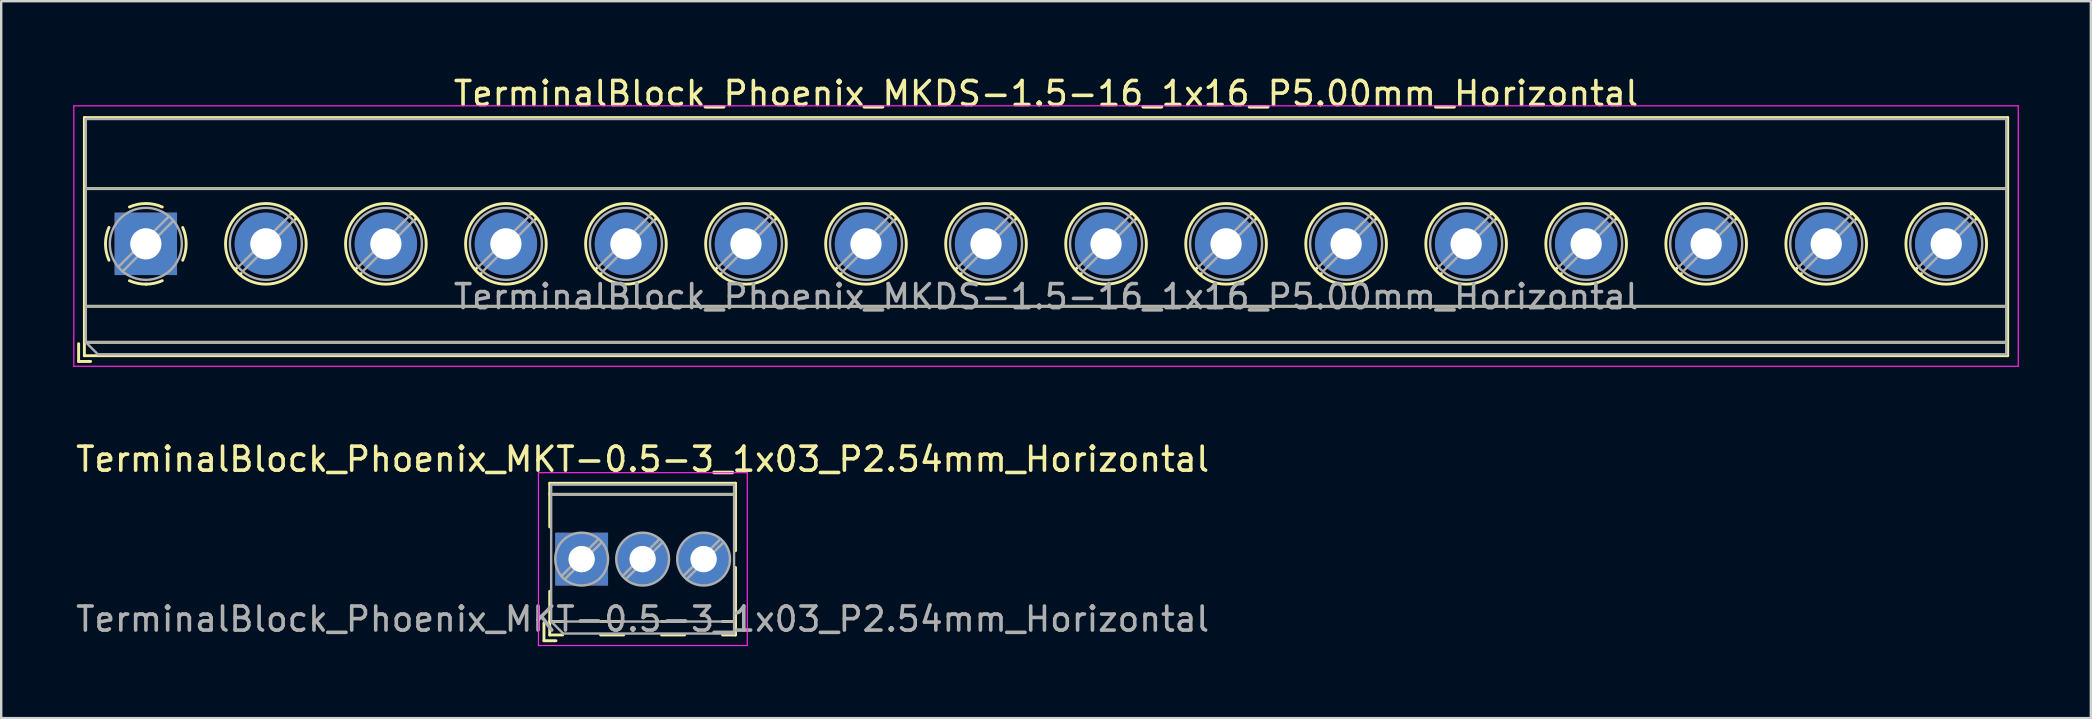
<source format=kicad_pcb>
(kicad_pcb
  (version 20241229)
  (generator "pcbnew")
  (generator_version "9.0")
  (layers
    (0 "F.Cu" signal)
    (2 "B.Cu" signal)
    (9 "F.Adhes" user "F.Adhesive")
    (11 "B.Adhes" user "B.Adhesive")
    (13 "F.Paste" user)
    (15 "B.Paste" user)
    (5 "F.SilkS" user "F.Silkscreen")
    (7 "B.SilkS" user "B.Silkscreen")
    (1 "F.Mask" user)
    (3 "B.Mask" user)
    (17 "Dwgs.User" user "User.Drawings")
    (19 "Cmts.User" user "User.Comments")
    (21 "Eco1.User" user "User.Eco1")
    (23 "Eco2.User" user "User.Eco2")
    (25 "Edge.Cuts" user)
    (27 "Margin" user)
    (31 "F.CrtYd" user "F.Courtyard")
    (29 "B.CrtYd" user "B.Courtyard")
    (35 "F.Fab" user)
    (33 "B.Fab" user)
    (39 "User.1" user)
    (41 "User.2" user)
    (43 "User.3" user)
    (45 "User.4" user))
  (footprint "TerminalBlock_Phoenix_MKDS-1.5-16_1x16_P5.00mm_Horizontal"
    (layer "F.Cu")
    (at 3.025 7.108)
    (property "Reference" "TerminalBlock_Phoenix_MKDS-1.5-16_1x16_P5.00mm_Horizontal" (at 37.5 -6.26 0) (layer "F.SilkS") (effects (font (size 1 1) (thickness 0.15))))
    (attr through_hole)
    (fp_line (start -2.8 4.16) (end -2.8 4.9) (stroke (width 0.12) (type solid)) (layer "F.SilkS"))
    (fp_line (start -2.8 4.9) (end -2.3 4.9) (stroke (width 0.12) (type solid)) (layer "F.SilkS"))
    (fp_line (start -2.56 -5.261) (end -2.56 4.66) (stroke (width 0.12) (type solid)) (layer "F.SilkS"))
    (fp_line (start -2.56 -5.261) (end 77.56 -5.261) (stroke (width 0.12) (type solid)) (layer "F.SilkS"))
    (fp_line (start -2.56 -2.301) (end 77.56 -2.301) (stroke (width 0.12) (type solid)) (layer "F.SilkS"))
    (fp_line (start -2.56 2.6) (end 77.56 2.6) (stroke (width 0.12) (type solid)) (layer "F.SilkS"))
    (fp_line (start -2.56 4.1) (end 77.56 4.1) (stroke (width 0.12) (type solid)) (layer "F.SilkS"))
    (fp_line (start -2.56 4.66) (end 77.56 4.66) (stroke (width 0.12) (type solid)) (layer "F.SilkS"))
    (fp_line (start 3.773 1.023) (end 3.726 1.069) (stroke (width 0.12) (type solid)) (layer "F.SilkS"))
    (fp_line (start 3.966 1.239) (end 3.931 1.274) (stroke (width 0.12) (type solid)) (layer "F.SilkS"))
    (fp_line (start 6.07 -1.275) (end 6.035 -1.239) (stroke (width 0.12) (type solid)) (layer "F.SilkS"))
    (fp_line (start 6.275 -1.069) (end 6.228 -1.023) (stroke (width 0.12) (type solid)) (layer "F.SilkS"))
    (fp_line (start 8.773 1.023) (end 8.726 1.069) (stroke (width 0.12) (type solid)) (layer "F.SilkS"))
    (fp_line (start 8.966 1.239) (end 8.931 1.274) (stroke (width 0.12) (type solid)) (layer "F.SilkS"))
    (fp_line (start 11.07 -1.275) (end 11.035 -1.239) (stroke (width 0.12) (type solid)) (layer "F.SilkS"))
    (fp_line (start 11.275 -1.069) (end 11.228 -1.023) (stroke (width 0.12) (type solid)) (layer "F.SilkS"))
    (fp_line (start 13.773 1.023) (end 13.726 1.069) (stroke (width 0.12) (type solid)) (layer "F.SilkS"))
    (fp_line (start 13.966 1.239) (end 13.931 1.274) (stroke (width 0.12) (type solid)) (layer "F.SilkS"))
    (fp_line (start 16.07 -1.275) (end 16.035 -1.239) (stroke (width 0.12) (type solid)) (layer "F.SilkS"))
    (fp_line (start 16.275 -1.069) (end 16.228 -1.023) (stroke (width 0.12) (type solid)) (layer "F.SilkS"))
    (fp_line (start 18.773 1.023) (end 18.726 1.069) (stroke (width 0.12) (type solid)) (layer "F.SilkS"))
    (fp_line (start 18.966 1.239) (end 18.931 1.274) (stroke (width 0.12) (type solid)) (layer "F.SilkS"))
    (fp_line (start 21.07 -1.275) (end 21.035 -1.239) (stroke (width 0.12) (type solid)) (layer "F.SilkS"))
    (fp_line (start 21.275 -1.069) (end 21.228 -1.023) (stroke (width 0.12) (type solid)) (layer "F.SilkS"))
    (fp_line (start 23.773 1.023) (end 23.726 1.069) (stroke (width 0.12) (type solid)) (layer "F.SilkS"))
    (fp_line (start 23.966 1.239) (end 23.931 1.274) (stroke (width 0.12) (type solid)) (layer "F.SilkS"))
    (fp_line (start 26.07 -1.275) (end 26.035 -1.239) (stroke (width 0.12) (type solid)) (layer "F.SilkS"))
    (fp_line (start 26.275 -1.069) (end 26.228 -1.023) (stroke (width 0.12) (type solid)) (layer "F.SilkS"))
    (fp_line (start 28.773 1.023) (end 28.726 1.069) (stroke (width 0.12) (type solid)) (layer "F.SilkS"))
    (fp_line (start 28.966 1.239) (end 28.931 1.274) (stroke (width 0.12) (type solid)) (layer "F.SilkS"))
    (fp_line (start 31.07 -1.275) (end 31.035 -1.239) (stroke (width 0.12) (type solid)) (layer "F.SilkS"))
    (fp_line (start 31.275 -1.069) (end 31.228 -1.023) (stroke (width 0.12) (type solid)) (layer "F.SilkS"))
    (fp_line (start 33.773 1.023) (end 33.726 1.069) (stroke (width 0.12) (type solid)) (layer "F.SilkS"))
    (fp_line (start 33.966 1.239) (end 33.931 1.274) (stroke (width 0.12) (type solid)) (layer "F.SilkS"))
    (fp_line (start 36.07 -1.275) (end 36.035 -1.239) (stroke (width 0.12) (type solid)) (layer "F.SilkS"))
    (fp_line (start 36.275 -1.069) (end 36.228 -1.023) (stroke (width 0.12) (type solid)) (layer "F.SilkS"))
    (fp_line (start 38.773 1.023) (end 38.726 1.069) (stroke (width 0.12) (type solid)) (layer "F.SilkS"))
    (fp_line (start 38.966 1.239) (end 38.931 1.274) (stroke (width 0.12) (type solid)) (layer "F.SilkS"))
    (fp_line (start 41.07 -1.275) (end 41.035 -1.239) (stroke (width 0.12) (type solid)) (layer "F.SilkS"))
    (fp_line (start 41.275 -1.069) (end 41.228 -1.023) (stroke (width 0.12) (type solid)) (layer "F.SilkS"))
    (fp_line (start 43.773 1.023) (end 43.726 1.069) (stroke (width 0.12) (type solid)) (layer "F.SilkS"))
    (fp_line (start 43.966 1.239) (end 43.931 1.274) (stroke (width 0.12) (type solid)) (layer "F.SilkS"))
    (fp_line (start 46.07 -1.275) (end 46.035 -1.239) (stroke (width 0.12) (type solid)) (layer "F.SilkS"))
    (fp_line (start 46.275 -1.069) (end 46.228 -1.023) (stroke (width 0.12) (type solid)) (layer "F.SilkS"))
    (fp_line (start 48.773 1.023) (end 48.726 1.069) (stroke (width 0.12) (type solid)) (layer "F.SilkS"))
    (fp_line (start 48.966 1.239) (end 48.931 1.274) (stroke (width 0.12) (type solid)) (layer "F.SilkS"))
    (fp_line (start 51.07 -1.275) (end 51.035 -1.239) (stroke (width 0.12) (type solid)) (layer "F.SilkS"))
    (fp_line (start 51.275 -1.069) (end 51.228 -1.023) (stroke (width 0.12) (type solid)) (layer "F.SilkS"))
    (fp_line (start 53.773 1.023) (end 53.726 1.069) (stroke (width 0.12) (type solid)) (layer "F.SilkS"))
    (fp_line (start 53.966 1.239) (end 53.931 1.274) (stroke (width 0.12) (type solid)) (layer "F.SilkS"))
    (fp_line (start 56.07 -1.275) (end 56.035 -1.239) (stroke (width 0.12) (type solid)) (layer "F.SilkS"))
    (fp_line (start 56.275 -1.069) (end 56.228 -1.023) (stroke (width 0.12) (type solid)) (layer "F.SilkS"))
    (fp_line (start 58.773 1.023) (end 58.726 1.069) (stroke (width 0.12) (type solid)) (layer "F.SilkS"))
    (fp_line (start 58.966 1.239) (end 58.931 1.274) (stroke (width 0.12) (type solid)) (layer "F.SilkS"))
    (fp_line (start 61.07 -1.275) (end 61.035 -1.239) (stroke (width 0.12) (type solid)) (layer "F.SilkS"))
    (fp_line (start 61.275 -1.069) (end 61.228 -1.023) (stroke (width 0.12) (type solid)) (layer "F.SilkS"))
    (fp_line (start 63.773 1.023) (end 63.726 1.069) (stroke (width 0.12) (type solid)) (layer "F.SilkS"))
    (fp_line (start 63.966 1.239) (end 63.931 1.274) (stroke (width 0.12) (type solid)) (layer "F.SilkS"))
    (fp_line (start 66.07 -1.275) (end 66.035 -1.239) (stroke (width 0.12) (type solid)) (layer "F.SilkS"))
    (fp_line (start 66.275 -1.069) (end 66.228 -1.023) (stroke (width 0.12) (type solid)) (layer "F.SilkS"))
    (fp_line (start 68.773 1.023) (end 68.726 1.069) (stroke (width 0.12) (type solid)) (layer "F.SilkS"))
    (fp_line (start 68.966 1.239) (end 68.931 1.274) (stroke (width 0.12) (type solid)) (layer "F.SilkS"))
    (fp_line (start 71.07 -1.275) (end 71.035 -1.239) (stroke (width 0.12) (type solid)) (layer "F.SilkS"))
    (fp_line (start 71.275 -1.069) (end 71.228 -1.023) (stroke (width 0.12) (type solid)) (layer "F.SilkS"))
    (fp_line (start 73.773 1.023) (end 73.726 1.069) (stroke (width 0.12) (type solid)) (layer "F.SilkS"))
    (fp_line (start 73.966 1.239) (end 73.931 1.274) (stroke (width 0.12) (type solid)) (layer "F.SilkS"))
    (fp_line (start 76.07 -1.275) (end 76.035 -1.239) (stroke (width 0.12) (type solid)) (layer "F.SilkS"))
    (fp_line (start 76.275 -1.069) (end 76.228 -1.023) (stroke (width 0.12) (type solid)) (layer "F.SilkS"))
    (fp_line (start 77.56 -5.261) (end 77.56 4.66) (stroke (width 0.12) (type solid)) (layer "F.SilkS"))
    (fp_arc (start -1.535427 0.683042) (mid -1.680501 -0.000524) (end -1.535 -0.684) (stroke (width 0.12) (type solid)) (layer "F.SilkS"))
    (fp_arc (start -0.683042 -1.535427) (mid 0.000524 -1.680501) (end 0.684 -1.535) (stroke (width 0.12) (type solid)) (layer "F.SilkS"))
    (fp_arc (start 0.028805 1.680253) (mid -0.335551 1.646659) (end -0.684 1.535) (stroke (width 0.12) (type solid)) (layer "F.SilkS"))
    (fp_arc (start 0.683318 1.534756) (mid 0.349292 1.643288) (end 0 1.68) (stroke (width 0.12) (type solid)) (layer "F.SilkS"))
    (fp_arc (start 1.535427 -0.683042) (mid 1.680501 0.000524) (end 1.535 0.684) (stroke (width 0.12) (type solid)) (layer "F.SilkS"))
    (fp_circle (center 5 0) (end 6.68 0) (stroke (width 0.12) (type solid)) (fill no) (layer "F.SilkS"))
    (fp_circle (center 10 0) (end 11.68 0) (stroke (width 0.12) (type solid)) (fill no) (layer "F.SilkS"))
    (fp_circle (center 15 0) (end 16.68 0) (stroke (width 0.12) (type solid)) (fill no) (layer "F.SilkS"))
    (fp_circle (center 20 0) (end 21.68 0) (stroke (width 0.12) (type solid)) (fill no) (layer "F.SilkS"))
    (fp_circle (center 25 0) (end 26.68 0) (stroke (width 0.12) (type solid)) (fill no) (layer "F.SilkS"))
    (fp_circle (center 30 0) (end 31.68 0) (stroke (width 0.12) (type solid)) (fill no) (layer "F.SilkS"))
    (fp_circle (center 35 0) (end 36.68 0) (stroke (width 0.12) (type solid)) (fill no) (layer "F.SilkS"))
    (fp_circle (center 40 0) (end 41.68 0) (stroke (width 0.12) (type solid)) (fill no) (layer "F.SilkS"))
    (fp_circle (center 45 0) (end 46.68 0) (stroke (width 0.12) (type solid)) (fill no) (layer "F.SilkS"))
    (fp_circle (center 50 0) (end 51.68 0) (stroke (width 0.12) (type solid)) (fill no) (layer "F.SilkS"))
    (fp_circle (center 55 0) (end 56.68 0) (stroke (width 0.12) (type solid)) (fill no) (layer "F.SilkS"))
    (fp_circle (center 60 0) (end 61.68 0) (stroke (width 0.12) (type solid)) (fill no) (layer "F.SilkS"))
    (fp_circle (center 65 0) (end 66.68 0) (stroke (width 0.12) (type solid)) (fill no) (layer "F.SilkS"))
    (fp_circle (center 70 0) (end 71.68 0) (stroke (width 0.12) (type solid)) (fill no) (layer "F.SilkS"))
    (fp_circle (center 75 0) (end 76.68 0) (stroke (width 0.12) (type solid)) (fill no) (layer "F.SilkS"))
    (fp_line (start -3 -5.75) (end -3 5.1) (stroke (width 0.05) (type solid)) (layer "F.CrtYd"))
    (fp_line (start -3 5.1) (end 78 5.1) (stroke (width 0.05) (type solid)) (layer "F.CrtYd"))
    (fp_line (start 78 -5.75) (end -3 -5.75) (stroke (width 0.05) (type solid)) (layer "F.CrtYd"))
    (fp_line (start 78 5.1) (end 78 -5.75) (stroke (width 0.05) (type solid)) (layer "F.CrtYd"))
    (fp_line (start -2.5 -5.2) (end 77.5 -5.2) (stroke (width 0.1) (type solid)) (layer "F.Fab"))
    (fp_line (start -2.5 -2.3) (end 77.5 -2.3) (stroke (width 0.1) (type solid)) (layer "F.Fab"))
    (fp_line (start -2.5 2.6) (end 77.5 2.6) (stroke (width 0.1) (type solid)) (layer "F.Fab"))
    (fp_line (start -2.5 4.1) (end -2.5 -5.2) (stroke (width 0.1) (type solid)) (layer "F.Fab"))
    (fp_line (start -2.5 4.1) (end 77.5 4.1) (stroke (width 0.1) (type solid)) (layer "F.Fab"))
    (fp_line (start -2 4.6) (end -2.5 4.1) (stroke (width 0.1) (type solid)) (layer "F.Fab"))
    (fp_line (start 0.955 -1.138) (end -1.138 0.955) (stroke (width 0.1) (type solid)) (layer "F.Fab"))
    (fp_line (start 1.138 -0.955) (end -0.955 1.138) (stroke (width 0.1) (type solid)) (layer "F.Fab"))
    (fp_line (start 5.955 -1.138) (end 3.863 0.955) (stroke (width 0.1) (type solid)) (layer "F.Fab"))
    (fp_line (start 6.138 -0.955) (end 4.046 1.138) (stroke (width 0.1) (type solid)) (layer "F.Fab"))
    (fp_line (start 10.955 -1.138) (end 8.863 0.955) (stroke (width 0.1) (type solid)) (layer "F.Fab"))
    (fp_line (start 11.138 -0.955) (end 9.046 1.138) (stroke (width 0.1) (type solid)) (layer "F.Fab"))
    (fp_line (start 15.955 -1.138) (end 13.863 0.955) (stroke (width 0.1) (type solid)) (layer "F.Fab"))
    (fp_line (start 16.138 -0.955) (end 14.046 1.138) (stroke (width 0.1) (type solid)) (layer "F.Fab"))
    (fp_line (start 20.955 -1.138) (end 18.863 0.955) (stroke (width 0.1) (type solid)) (layer "F.Fab"))
    (fp_line (start 21.138 -0.955) (end 19.046 1.138) (stroke (width 0.1) (type solid)) (layer "F.Fab"))
    (fp_line (start 25.955 -1.138) (end 23.863 0.955) (stroke (width 0.1) (type solid)) (layer "F.Fab"))
    (fp_line (start 26.138 -0.955) (end 24.046 1.138) (stroke (width 0.1) (type solid)) (layer "F.Fab"))
    (fp_line (start 30.955 -1.138) (end 28.863 0.955) (stroke (width 0.1) (type solid)) (layer "F.Fab"))
    (fp_line (start 31.138 -0.955) (end 29.046 1.138) (stroke (width 0.1) (type solid)) (layer "F.Fab"))
    (fp_line (start 35.955 -1.138) (end 33.863 0.955) (stroke (width 0.1) (type solid)) (layer "F.Fab"))
    (fp_line (start 36.138 -0.955) (end 34.046 1.138) (stroke (width 0.1) (type solid)) (layer "F.Fab"))
    (fp_line (start 40.955 -1.138) (end 38.863 0.955) (stroke (width 0.1) (type solid)) (layer "F.Fab"))
    (fp_line (start 41.138 -0.955) (end 39.046 1.138) (stroke (width 0.1) (type solid)) (layer "F.Fab"))
    (fp_line (start 45.955 -1.138) (end 43.863 0.955) (stroke (width 0.1) (type solid)) (layer "F.Fab"))
    (fp_line (start 46.138 -0.955) (end 44.046 1.138) (stroke (width 0.1) (type solid)) (layer "F.Fab"))
    (fp_line (start 50.955 -1.138) (end 48.863 0.955) (stroke (width 0.1) (type solid)) (layer "F.Fab"))
    (fp_line (start 51.138 -0.955) (end 49.046 1.138) (stroke (width 0.1) (type solid)) (layer "F.Fab"))
    (fp_line (start 55.955 -1.138) (end 53.863 0.955) (stroke (width 0.1) (type solid)) (layer "F.Fab"))
    (fp_line (start 56.138 -0.955) (end 54.046 1.138) (stroke (width 0.1) (type solid)) (layer "F.Fab"))
    (fp_line (start 60.955 -1.138) (end 58.863 0.955) (stroke (width 0.1) (type solid)) (layer "F.Fab"))
    (fp_line (start 61.138 -0.955) (end 59.046 1.138) (stroke (width 0.1) (type solid)) (layer "F.Fab"))
    (fp_line (start 65.955 -1.138) (end 63.863 0.955) (stroke (width 0.1) (type solid)) (layer "F.Fab"))
    (fp_line (start 66.138 -0.955) (end 64.046 1.138) (stroke (width 0.1) (type solid)) (layer "F.Fab"))
    (fp_line (start 70.955 -1.138) (end 68.863 0.955) (stroke (width 0.1) (type solid)) (layer "F.Fab"))
    (fp_line (start 71.138 -0.955) (end 69.046 1.138) (stroke (width 0.1) (type solid)) (layer "F.Fab"))
    (fp_line (start 75.955 -1.138) (end 73.863 0.955) (stroke (width 0.1) (type solid)) (layer "F.Fab"))
    (fp_line (start 76.138 -0.955) (end 74.046 1.138) (stroke (width 0.1) (type solid)) (layer "F.Fab"))
    (fp_line (start 77.5 -5.2) (end 77.5 4.6) (stroke (width 0.1) (type solid)) (layer "F.Fab"))
    (fp_line (start 77.5 4.6) (end -2 4.6) (stroke (width 0.1) (type solid)) (layer "F.Fab"))
    (fp_circle (center 0 0) (end 1.5 0) (stroke (width 0.1) (type solid)) (fill no) (layer "F.Fab"))
    (fp_circle (center 5 0) (end 6.5 0) (stroke (width 0.1) (type solid)) (fill no) (layer "F.Fab"))
    (fp_circle (center 10 0) (end 11.5 0) (stroke (width 0.1) (type solid)) (fill no) (layer "F.Fab"))
    (fp_circle (center 15 0) (end 16.5 0) (stroke (width 0.1) (type solid)) (fill no) (layer "F.Fab"))
    (fp_circle (center 20 0) (end 21.5 0) (stroke (width 0.1) (type solid)) (fill no) (layer "F.Fab"))
    (fp_circle (center 25 0) (end 26.5 0) (stroke (width 0.1) (type solid)) (fill no) (layer "F.Fab"))
    (fp_circle (center 30 0) (end 31.5 0) (stroke (width 0.1) (type solid)) (fill no) (layer "F.Fab"))
    (fp_circle (center 35 0) (end 36.5 0) (stroke (width 0.1) (type solid)) (fill no) (layer "F.Fab"))
    (fp_circle (center 40 0) (end 41.5 0) (stroke (width 0.1) (type solid)) (fill no) (layer "F.Fab"))
    (fp_circle (center 45 0) (end 46.5 0) (stroke (width 0.1) (type solid)) (fill no) (layer "F.Fab"))
    (fp_circle (center 50 0) (end 51.5 0) (stroke (width 0.1) (type solid)) (fill no) (layer "F.Fab"))
    (fp_circle (center 55 0) (end 56.5 0) (stroke (width 0.1) (type solid)) (fill no) (layer "F.Fab"))
    (fp_circle (center 60 0) (end 61.5 0) (stroke (width 0.1) (type solid)) (fill no) (layer "F.Fab"))
    (fp_circle (center 65 0) (end 66.5 0) (stroke (width 0.1) (type solid)) (fill no) (layer "F.Fab"))
    (fp_circle (center 70 0) (end 71.5 0) (stroke (width 0.1) (type solid)) (fill no) (layer "F.Fab"))
    (fp_circle (center 75 0) (end 76.5 0) (stroke (width 0.1) (type solid)) (fill no) (layer "F.Fab"))
    (fp_text user "${REFERENCE}" (at 37.5 2.2 0) (layer "F.Fab") (effects (font (size 1 1) (thickness 0.15))))
    (pad "1" thru_hole rect (at 0 0) (size 2.6 2.6) (drill 1.3) (layers "*.Cu" "*.Mask"))
    (pad "2" thru_hole circle (at 5 0) (size 2.6 2.6) (drill 1.3) (layers "*.Cu" "*.Mask"))
    (pad "3" thru_hole circle (at 10 0) (size 2.6 2.6) (drill 1.3) (layers "*.Cu" "*.Mask"))
    (pad "4" thru_hole circle (at 15 0) (size 2.6 2.6) (drill 1.3) (layers "*.Cu" "*.Mask"))
    (pad "5" thru_hole circle (at 20 0) (size 2.6 2.6) (drill 1.3) (layers "*.Cu" "*.Mask"))
    (pad "6" thru_hole circle (at 25 0) (size 2.6 2.6) (drill 1.3) (layers "*.Cu" "*.Mask"))
    (pad "7" thru_hole circle (at 30 0) (size 2.6 2.6) (drill 1.3) (layers "*.Cu" "*.Mask"))
    (pad "8" thru_hole circle (at 35 0) (size 2.6 2.6) (drill 1.3) (layers "*.Cu" "*.Mask"))
    (pad "9" thru_hole circle (at 40 0) (size 2.6 2.6) (drill 1.3) (layers "*.Cu" "*.Mask"))
    (pad "10" thru_hole circle (at 45 0) (size 2.6 2.6) (drill 1.3) (layers "*.Cu" "*.Mask"))
    (pad "11" thru_hole circle (at 50 0) (size 2.6 2.6) (drill 1.3) (layers "*.Cu" "*.Mask"))
    (pad "12" thru_hole circle (at 55 0) (size 2.6 2.6) (drill 1.3) (layers "*.Cu" "*.Mask"))
    (pad "13" thru_hole circle (at 60 0) (size 2.6 2.6) (drill 1.3) (layers "*.Cu" "*.Mask"))
    (pad "14" thru_hole circle (at 65 0) (size 2.6 2.6) (drill 1.3) (layers "*.Cu" "*.Mask"))
    (pad "15" thru_hole circle (at 70 0) (size 2.6 2.6) (drill 1.3) (layers "*.Cu" "*.Mask"))
    (pad "16" thru_hole circle (at 75 0) (size 2.6 2.6) (drill 1.3) (layers "*.Cu" "*.Mask")))
  (footprint "TerminalBlock_Phoenix_MKT-0.5-3_1x03_P2.54mm_Horizontal"
    (layer "F.Cu")
    (at 21.18 20.241)
    (property "Reference" "TerminalBlock_Phoenix_MKT-0.5-3_1x03_P2.54mm_Horizontal" (at 2.54 -4.16 0) (layer "F.SilkS") (effects (font (size 1 1) (thickness 0.15))))
    (attr through_hole)
    (fp_line (start -1.57 2.66) (end -1.57 3.4) (stroke (width 0.12) (type solid)) (layer "F.SilkS"))
    (fp_line (start -1.57 3.4) (end -1.07 3.4) (stroke (width 0.12) (type solid)) (layer "F.SilkS"))
    (fp_line (start -1.33 -3.16) (end -1.33 -1.34) (stroke (width 0.12) (type solid)) (layer "F.SilkS"))
    (fp_line (start -1.33 -3.16) (end 6.41 -3.16) (stroke (width 0.12) (type solid)) (layer "F.SilkS"))
    (fp_line (start -1.33 -2.7) (end 6.41 -2.7) (stroke (width 0.12) (type solid)) (layer "F.SilkS"))
    (fp_line (start -1.33 1.34) (end -1.33 3.16) (stroke (width 0.12) (type solid)) (layer "F.SilkS"))
    (fp_line (start -1.33 2.6) (end -0.79 2.6) (stroke (width 0.12) (type solid)) (layer "F.SilkS"))
    (fp_line (start -1.33 3.16) (end -0.79 3.16) (stroke (width 0.12) (type solid)) (layer "F.SilkS"))
    (fp_line (start 0.79 2.6) (end 1.75 2.6) (stroke (width 0.12) (type solid)) (layer "F.SilkS"))
    (fp_line (start 0.79 3.16) (end 1.75 3.16) (stroke (width 0.12) (type solid)) (layer "F.SilkS"))
    (fp_line (start 3.33 2.6) (end 4.29 2.6) (stroke (width 0.12) (type solid)) (layer "F.SilkS"))
    (fp_line (start 3.33 3.16) (end 4.29 3.16) (stroke (width 0.12) (type solid)) (layer "F.SilkS"))
    (fp_line (start 5.87 2.6) (end 6.41 2.6) (stroke (width 0.12) (type solid)) (layer "F.SilkS"))
    (fp_line (start 5.87 3.16) (end 6.41 3.16) (stroke (width 0.12) (type solid)) (layer "F.SilkS"))
    (fp_line (start 6.41 -3.16) (end 6.41 -0.35) (stroke (width 0.12) (type solid)) (layer "F.SilkS"))
    (fp_line (start 6.41 0.35) (end 6.41 3.16) (stroke (width 0.12) (type solid)) (layer "F.SilkS"))
    (fp_line (start -1.8 -3.6) (end -1.8 3.6) (stroke (width 0.05) (type solid)) (layer "F.CrtYd"))
    (fp_line (start -1.8 3.6) (end 6.9 3.6) (stroke (width 0.05) (type solid)) (layer "F.CrtYd"))
    (fp_line (start 6.9 -3.6) (end -1.8 -3.6) (stroke (width 0.05) (type solid)) (layer "F.CrtYd"))
    (fp_line (start 6.9 3.6) (end 6.9 -3.6) (stroke (width 0.05) (type solid)) (layer "F.CrtYd"))
    (fp_line (start -1.27 -3.1) (end 6.35 -3.1) (stroke (width 0.1) (type solid)) (layer "F.Fab"))
    (fp_line (start -1.27 -2.7) (end 6.35 -2.7) (stroke (width 0.1) (type solid)) (layer "F.Fab"))
    (fp_line (start -1.27 2.6) (end -1.27 -3.1) (stroke (width 0.1) (type solid)) (layer "F.Fab"))
    (fp_line (start -1.27 2.6) (end 6.35 2.6) (stroke (width 0.1) (type solid)) (layer "F.Fab"))
    (fp_line (start -0.77 3.1) (end -1.27 2.6) (stroke (width 0.1) (type solid)) (layer "F.Fab"))
    (fp_line (start 0.701 -0.835) (end -0.835 0.7) (stroke (width 0.1) (type solid)) (layer "F.Fab"))
    (fp_line (start 0.835 -0.7) (end -0.701 0.835) (stroke (width 0.1) (type solid)) (layer "F.Fab"))
    (fp_line (start 3.241 -0.835) (end 1.706 0.7) (stroke (width 0.1) (type solid)) (layer "F.Fab"))
    (fp_line (start 3.375 -0.7) (end 1.84 0.835) (stroke (width 0.1) (type solid)) (layer "F.Fab"))
    (fp_line (start 5.781 -0.835) (end 4.246 0.7) (stroke (width 0.1) (type solid)) (layer "F.Fab"))
    (fp_line (start 5.915 -0.7) (end 4.38 0.835) (stroke (width 0.1) (type solid)) (layer "F.Fab"))
    (fp_line (start 6.35 -3.1) (end 6.35 3.1) (stroke (width 0.1) (type solid)) (layer "F.Fab"))
    (fp_line (start 6.35 3.1) (end -0.77 3.1) (stroke (width 0.1) (type solid)) (layer "F.Fab"))
    (fp_circle (center 0 0) (end 1.1 0) (stroke (width 0.1) (type solid)) (fill no) (layer "F.Fab"))
    (fp_circle (center 2.54 0) (end 3.64 0) (stroke (width 0.1) (type solid)) (fill no) (layer "F.Fab"))
    (fp_circle (center 5.08 0) (end 6.18 0) (stroke (width 0.1) (type solid)) (fill no) (layer "F.Fab"))
    (fp_text user "${REFERENCE}" (at 2.54 2.5 0) (layer "F.Fab") (effects (font (size 1 1) (thickness 0.15))))
    (pad "" np_thru_hole rect (at 0 2.54) (size 0.001 0.001) (drill 1.1) (layers "*.Cu" "*.Mask"))
    (pad "" np_thru_hole circle (at 2.54 2.54) (size 0.001 0.001) (drill 1.1) (layers "*.Cu" "*.Mask"))
    (pad "" np_thru_hole circle (at 5.08 2.54) (size 0.001 0.001) (drill 1.1) (layers "*.Cu" "*.Mask"))
    (pad "1" thru_hole rect (at 0 0) (size 2.2 2.2) (drill 1.1) (layers "*.Cu" "*.Mask"))
    (pad "2" thru_hole circle (at 2.54 0) (size 2.2 2.2) (drill 1.1) (layers "*.Cu" "*.Mask"))
    (pad "3" thru_hole circle (at 5.08 0) (size 2.2 2.2) (drill 1.1) (layers "*.Cu" "*.Mask")))
  (gr_rect
    (start -3 -3)
    (end 84.05 26.866)
    (stroke (width 0.1) (type default))
    (fill no)
    (layer "Edge.Cuts")))
</source>
